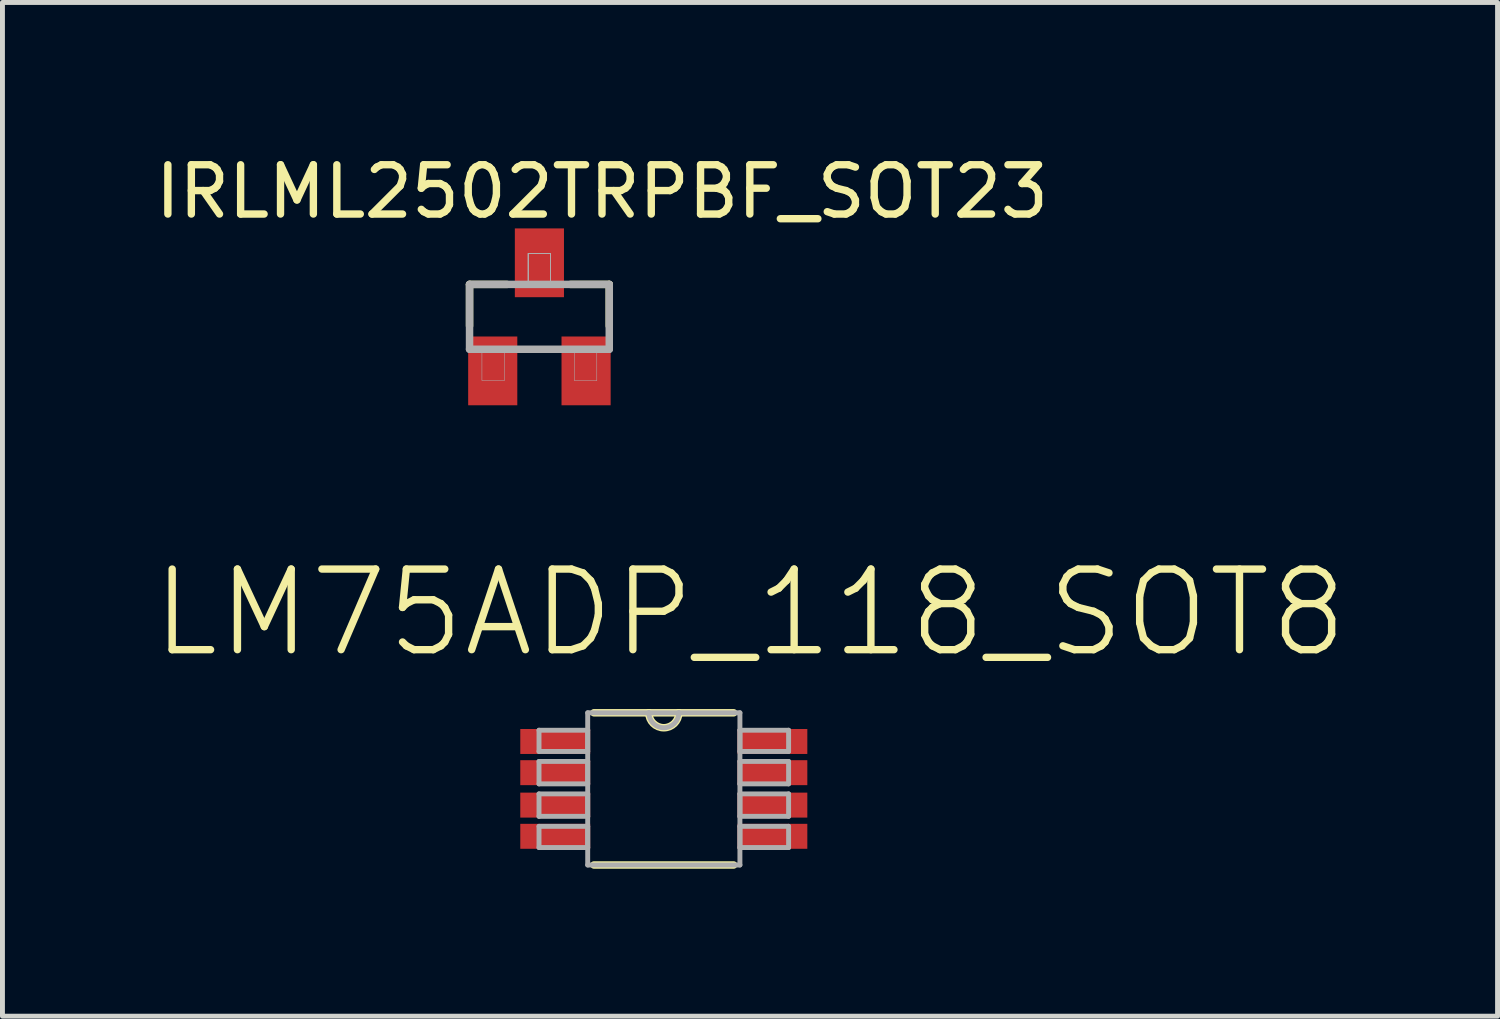
<source format=kicad_pcb>
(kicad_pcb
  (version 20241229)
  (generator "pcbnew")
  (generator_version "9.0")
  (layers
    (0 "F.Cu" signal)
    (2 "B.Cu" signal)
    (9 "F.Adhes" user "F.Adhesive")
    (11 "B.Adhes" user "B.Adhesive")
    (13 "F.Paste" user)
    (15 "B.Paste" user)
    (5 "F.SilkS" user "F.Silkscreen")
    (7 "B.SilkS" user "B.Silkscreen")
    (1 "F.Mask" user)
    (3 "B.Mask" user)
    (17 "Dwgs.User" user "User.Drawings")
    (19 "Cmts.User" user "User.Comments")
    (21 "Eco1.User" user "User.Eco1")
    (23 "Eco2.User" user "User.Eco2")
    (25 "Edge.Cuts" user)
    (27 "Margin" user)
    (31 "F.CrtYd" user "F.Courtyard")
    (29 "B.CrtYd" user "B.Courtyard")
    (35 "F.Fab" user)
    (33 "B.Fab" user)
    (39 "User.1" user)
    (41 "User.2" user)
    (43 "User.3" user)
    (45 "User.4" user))
  (footprint "IRLML2502TRPBF_SOT23"
    (layer "F.Cu")
    (at 7.929 3.399)
    (property "Reference" "IRLML2502TRPBF_SOT23" (at 1.274 -2.549 0) (layer "F.SilkS") (effects (font (size 1.003 1.003) (thickness 0.15))))
    (attr smd)
    (fp_line (start -1.422 -0.66) (end -0.658 -0.66) (stroke (width 0.152) (type solid)) (layer "F.SilkS"))
    (fp_line (start -1.422 0.185) (end -1.422 -0.66) (stroke (width 0.152) (type solid)) (layer "F.SilkS"))
    (fp_line (start 0.633 -0.66) (end 1.422 -0.66) (stroke (width 0.152) (type solid)) (layer "F.SilkS"))
    (fp_line (start 1.422 -0.66) (end 1.422 0.185) (stroke (width 0.152) (type solid)) (layer "F.SilkS"))
    (fp_line (start -1.422 -0.66) (end 1.422 -0.66) (stroke (width 0.152) (type solid)) (layer "F.Fab"))
    (fp_line (start -1.422 0.66) (end -1.422 -0.66) (stroke (width 0.152) (type solid)) (layer "F.Fab"))
    (fp_line (start 1.422 -0.66) (end 1.422 0.66) (stroke (width 0.152) (type solid)) (layer "F.Fab"))
    (fp_line (start 1.422 0.66) (end -1.422 0.66) (stroke (width 0.152) (type solid)) (layer "F.Fab"))
    (fp_poly (pts (xy -1.17 0.711) (xy -0.711 0.711) (xy -0.711 1.297) (xy -1.17 1.297)) (stroke (width 0.01) (type solid)) (fill no) (layer "F.Fab"))
    (fp_poly (pts (xy -0.229 -1.295) (xy 0.229 -1.295) (xy 0.229 -0.713) (xy -0.229 -0.713)) (stroke (width 0.01) (type solid)) (fill no) (layer "F.Fab"))
    (fp_poly (pts (xy -0.229 -1.295) (xy 0.229 -1.295) (xy 0.229 -0.713) (xy -0.229 -0.713)) (stroke (width 0.01) (type solid)) (fill no) (layer "F.Fab"))
    (fp_poly (pts (xy -0.229 -1.295) (xy 0.229 -1.295) (xy 0.229 -0.712) (xy -0.229 -0.712)) (stroke (width 0.01) (type solid)) (fill no) (layer "F.Fab"))
    (fp_poly (pts (xy -0.229 -1.295) (xy 0.229 -1.295) (xy 0.229 -0.712) (xy -0.229 -0.712)) (stroke (width 0.01) (type solid)) (fill no) (layer "F.Fab"))
    (fp_poly (pts (xy -0.229 -1.295) (xy 0.229 -1.295) (xy 0.229 -0.712) (xy -0.229 -0.712)) (stroke (width 0.01) (type solid)) (fill no) (layer "F.Fab"))
    (fp_poly (pts (xy -0.229 -1.295) (xy 0.229 -1.295) (xy 0.229 -0.712) (xy -0.229 -0.712)) (stroke (width 0.01) (type solid)) (fill no) (layer "F.Fab"))
    (fp_poly (pts (xy 0.712 0.711) (xy 1.168 0.711) (xy 1.168 1.298) (xy 0.712 1.298)) (stroke (width 0.01) (type solid)) (fill no) (layer "F.Fab"))
    (pad "1" smd rect (at -0.95 1.1) (size 1 1.4) (layers "F.Cu" "F.Mask" "F.Paste"))
    (pad "2" smd rect (at 0.95 1.1) (size 1 1.4) (layers "F.Cu" "F.Mask" "F.Paste"))
    (pad "3" smd rect (at 0 -1.1) (size 1 1.4) (layers "F.Cu" "F.Mask" "F.Paste")))
  (footprint "LM75ADP_118_SOT8"
    (layer "F.Cu")
    (at 10.461 13.007)
    (property "Reference" "LM75ADP_118_SOT8" (at 1.754 -3.585 0) (layer "F.SilkS") (effects (font (size 1.641 1.641) (thickness 0.15))))
    (attr smd)
    (fp_line (start -1.422 1.549) (end 1.422 1.549) (stroke (width 0.152) (type solid)) (layer "F.SilkS"))
    (fp_line (start -0.305 -1.549) (end -1.422 -1.549) (stroke (width 0.152) (type solid)) (layer "F.SilkS"))
    (fp_line (start 0.305 -1.549) (end -0.305 -1.549) (stroke (width 0.152) (type solid)) (layer "F.SilkS"))
    (fp_line (start 1.422 -1.549) (end 0.305 -1.549) (stroke (width 0.152) (type solid)) (layer "F.SilkS"))
    (fp_arc (start 0.3048 -1.5494) (mid 0 -1.2446) (end -0.3048 -1.5494) (stroke (width 0.1524) (type solid)) (layer "F.SilkS"))
    (fp_line (start -2.54 -1.194) (end -2.54 -0.762) (stroke (width 0.1) (type solid)) (layer "F.Fab"))
    (fp_line (start -2.54 -0.762) (end -1.549 -0.762) (stroke (width 0.1) (type solid)) (layer "F.Fab"))
    (fp_line (start -2.54 -0.559) (end -2.54 -0.102) (stroke (width 0.1) (type solid)) (layer "F.Fab"))
    (fp_line (start -2.54 -0.102) (end -1.549 -0.102) (stroke (width 0.1) (type solid)) (layer "F.Fab"))
    (fp_line (start -2.54 0.102) (end -2.54 0.559) (stroke (width 0.1) (type solid)) (layer "F.Fab"))
    (fp_line (start -2.54 0.559) (end -1.549 0.559) (stroke (width 0.1) (type solid)) (layer "F.Fab"))
    (fp_line (start -2.54 0.762) (end -2.54 1.194) (stroke (width 0.1) (type solid)) (layer "F.Fab"))
    (fp_line (start -2.54 1.194) (end -1.549 1.194) (stroke (width 0.1) (type solid)) (layer "F.Fab"))
    (fp_line (start -1.549 -1.549) (end -1.549 1.549) (stroke (width 0.1) (type solid)) (layer "F.Fab"))
    (fp_line (start -1.549 -1.194) (end -2.54 -1.194) (stroke (width 0.1) (type solid)) (layer "F.Fab"))
    (fp_line (start -1.549 -0.762) (end -1.549 -1.194) (stroke (width 0.1) (type solid)) (layer "F.Fab"))
    (fp_line (start -1.549 -0.559) (end -2.54 -0.559) (stroke (width 0.1) (type solid)) (layer "F.Fab"))
    (fp_line (start -1.549 -0.102) (end -1.549 -0.559) (stroke (width 0.1) (type solid)) (layer "F.Fab"))
    (fp_line (start -1.549 0.102) (end -2.54 0.102) (stroke (width 0.1) (type solid)) (layer "F.Fab"))
    (fp_line (start -1.549 0.559) (end -1.549 0.102) (stroke (width 0.1) (type solid)) (layer "F.Fab"))
    (fp_line (start -1.549 0.762) (end -2.54 0.762) (stroke (width 0.1) (type solid)) (layer "F.Fab"))
    (fp_line (start -1.549 1.194) (end -1.549 0.762) (stroke (width 0.1) (type solid)) (layer "F.Fab"))
    (fp_line (start -1.549 1.549) (end 1.549 1.549) (stroke (width 0.1) (type solid)) (layer "F.Fab"))
    (fp_line (start -0.305 -1.549) (end -1.549 -1.549) (stroke (width 0.1) (type solid)) (layer "F.Fab"))
    (fp_line (start 0.305 -1.549) (end -0.305 -1.549) (stroke (width 0.1) (type solid)) (layer "F.Fab"))
    (fp_line (start 1.549 -1.549) (end 0.305 -1.549) (stroke (width 0.1) (type solid)) (layer "F.Fab"))
    (fp_line (start 1.549 -1.194) (end 1.549 -0.762) (stroke (width 0.1) (type solid)) (layer "F.Fab"))
    (fp_line (start 1.549 -0.762) (end 2.54 -0.762) (stroke (width 0.1) (type solid)) (layer "F.Fab"))
    (fp_line (start 1.549 -0.559) (end 1.549 -0.102) (stroke (width 0.1) (type solid)) (layer "F.Fab"))
    (fp_line (start 1.549 -0.102) (end 2.54 -0.102) (stroke (width 0.1) (type solid)) (layer "F.Fab"))
    (fp_line (start 1.549 0.102) (end 1.549 0.559) (stroke (width 0.1) (type solid)) (layer "F.Fab"))
    (fp_line (start 1.549 0.559) (end 2.54 0.559) (stroke (width 0.1) (type solid)) (layer "F.Fab"))
    (fp_line (start 1.549 0.762) (end 1.549 1.194) (stroke (width 0.1) (type solid)) (layer "F.Fab"))
    (fp_line (start 1.549 1.194) (end 2.54 1.194) (stroke (width 0.1) (type solid)) (layer "F.Fab"))
    (fp_line (start 1.549 1.549) (end 1.549 -1.549) (stroke (width 0.1) (type solid)) (layer "F.Fab"))
    (fp_line (start 2.54 -1.194) (end 1.549 -1.194) (stroke (width 0.1) (type solid)) (layer "F.Fab"))
    (fp_line (start 2.54 -0.762) (end 2.54 -1.194) (stroke (width 0.1) (type solid)) (layer "F.Fab"))
    (fp_line (start 2.54 -0.559) (end 1.549 -0.559) (stroke (width 0.1) (type solid)) (layer "F.Fab"))
    (fp_line (start 2.54 -0.102) (end 2.54 -0.559) (stroke (width 0.1) (type solid)) (layer "F.Fab"))
    (fp_line (start 2.54 0.102) (end 1.549 0.102) (stroke (width 0.1) (type solid)) (layer "F.Fab"))
    (fp_line (start 2.54 0.559) (end 2.54 0.102) (stroke (width 0.1) (type solid)) (layer "F.Fab"))
    (fp_line (start 2.54 0.762) (end 1.549 0.762) (stroke (width 0.1) (type solid)) (layer "F.Fab"))
    (fp_line (start 2.54 1.194) (end 2.54 0.762) (stroke (width 0.1) (type solid)) (layer "F.Fab"))
    (fp_arc (start 0.3048 -1.5494) (mid 0 -1.2446) (end -0.3048 -1.5494) (stroke (width 0.1) (type solid)) (layer "F.Fab"))
    (pad "1" smd rect (at -2.21 -0.965) (size 1.422 0.508) (layers "F.Cu" "F.Mask" "F.Paste"))
    (pad "2" smd rect (at -2.21 -0.33) (size 1.422 0.508) (layers "F.Cu" "F.Mask" "F.Paste"))
    (pad "3" smd rect (at -2.21 0.33) (size 1.422 0.508) (layers "F.Cu" "F.Mask" "F.Paste"))
    (pad "4" smd rect (at -2.21 0.965) (size 1.422 0.508) (layers "F.Cu" "F.Mask" "F.Paste"))
    (pad "5" smd rect (at 2.21 0.965) (size 1.422 0.508) (layers "F.Cu" "F.Mask" "F.Paste"))
    (pad "6" smd rect (at 2.21 0.33) (size 1.422 0.508) (layers "F.Cu" "F.Mask" "F.Paste"))
    (pad "7" smd rect (at 2.21 -0.33) (size 1.422 0.508) (layers "F.Cu" "F.Mask" "F.Paste"))
    (pad "8" smd rect (at 2.21 -0.965) (size 1.422 0.508) (layers "F.Cu" "F.Mask" "F.Paste")))
  (gr_rect
    (start -3 -3)
    (end 27.431 17.633)
    (stroke (width 0.1) (type default))
    (fill no)
    (layer "Edge.Cuts")))
</source>
